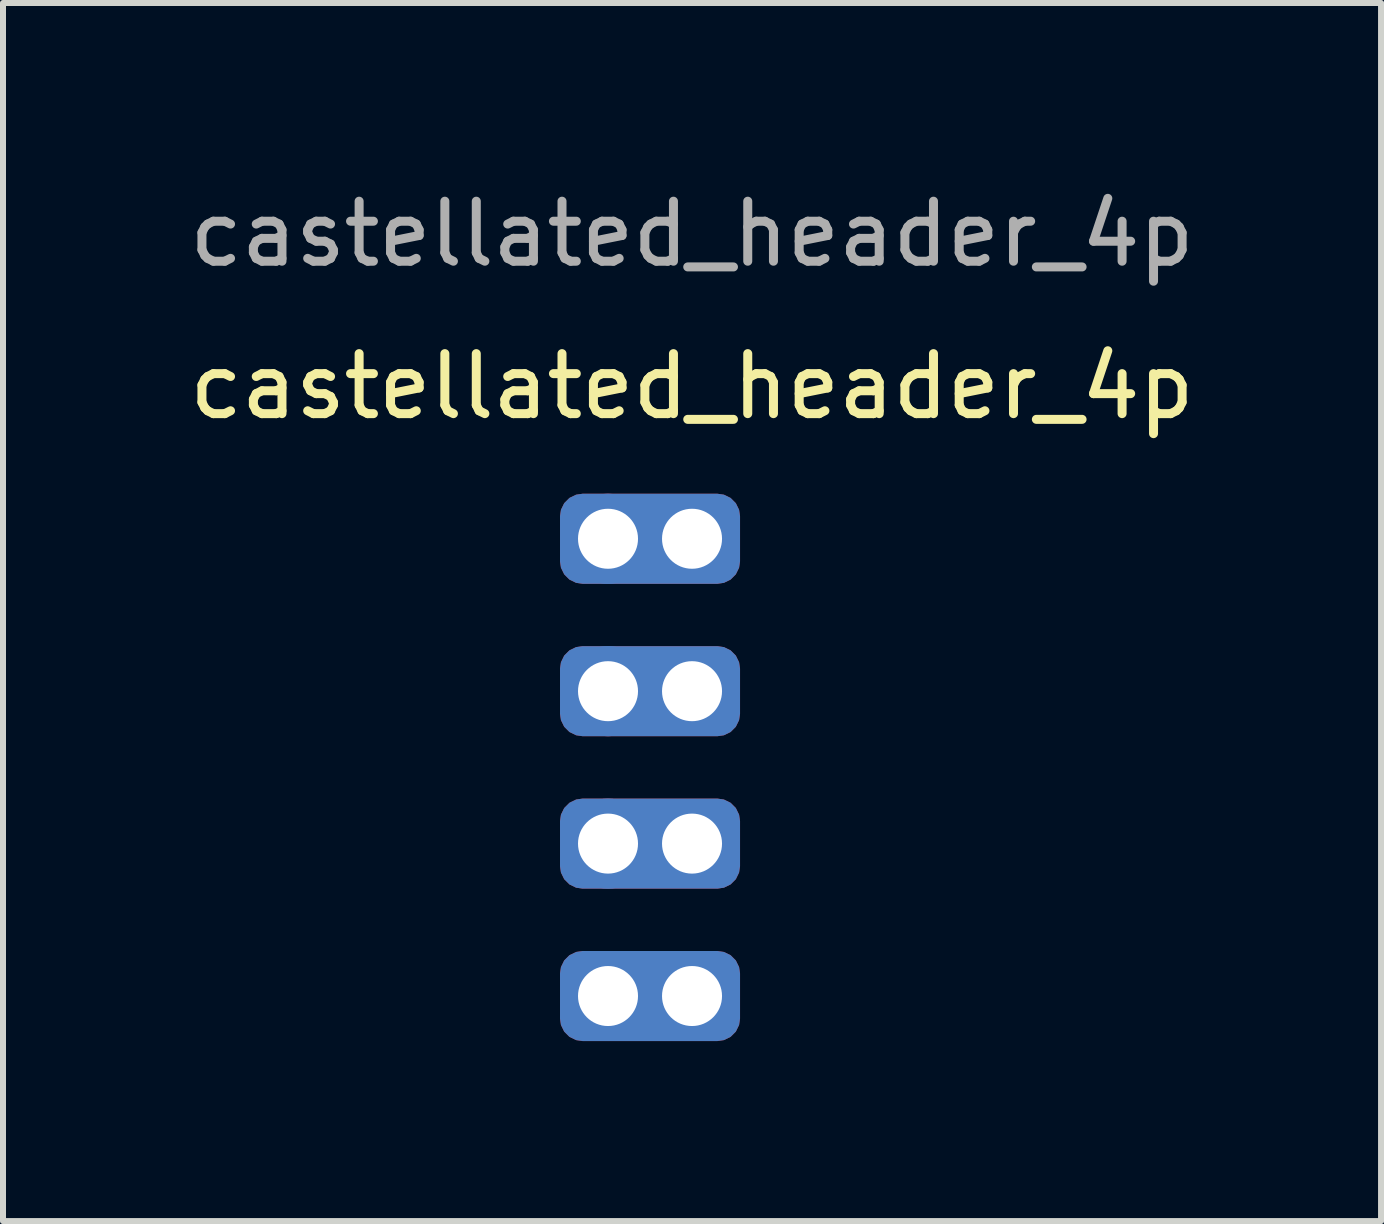
<source format=kicad_pcb>
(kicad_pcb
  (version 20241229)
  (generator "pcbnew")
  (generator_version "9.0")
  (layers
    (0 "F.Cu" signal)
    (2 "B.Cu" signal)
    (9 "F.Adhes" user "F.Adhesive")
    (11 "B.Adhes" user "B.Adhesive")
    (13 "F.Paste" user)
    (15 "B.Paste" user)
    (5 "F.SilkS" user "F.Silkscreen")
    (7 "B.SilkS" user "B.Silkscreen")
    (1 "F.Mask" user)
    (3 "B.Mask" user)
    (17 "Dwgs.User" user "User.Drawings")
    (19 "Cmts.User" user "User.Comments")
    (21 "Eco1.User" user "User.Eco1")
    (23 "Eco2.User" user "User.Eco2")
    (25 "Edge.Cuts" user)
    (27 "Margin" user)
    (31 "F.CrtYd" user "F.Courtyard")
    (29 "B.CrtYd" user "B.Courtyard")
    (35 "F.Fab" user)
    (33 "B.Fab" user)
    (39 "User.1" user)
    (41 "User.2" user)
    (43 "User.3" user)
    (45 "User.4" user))
  (footprint "castellated_header_4p"
    (layer "F.Cu")
    (at 8.482 5.928)
    (property "Reference" "castellated_header_4p" (at 0 -2.54 0) (unlocked yes) (layer "F.SilkS") (effects (font (size 1 1) (thickness 0.15))))
    (attr through_hole)
    (fp_text user "${REFERENCE}" (at 0 -5.08 0) (unlocked yes) (layer "F.Fab") (effects (font (size 1 1) (thickness 0.15))))
    (pad "1" thru_hole circle (at -1.4 0) (size 1.5 1.5) (drill 1) (layers "*.Cu" "*.Mask"))
    (pad "1" thru_hole roundrect (at 0 0) (size 3 1.5) (drill 1 (offset -0.7 0)) (layers "*.Cu" "*.Mask") (roundrect_rratio 0.25))
    (pad "2" thru_hole circle (at -1.4 2.54) (size 1.5 1.5) (drill 1) (layers "*.Cu" "*.Mask"))
    (pad "2" thru_hole roundrect (at 0 2.54) (size 3 1.5) (drill 1 (offset -0.7 0)) (layers "*.Cu" "*.Mask") (roundrect_rratio 0.25))
    (pad "3" thru_hole circle (at -1.4 5.08) (size 1.5 1.5) (drill 1) (layers "*.Cu" "*.Mask"))
    (pad "3" thru_hole roundrect (at 0 5.08) (size 3 1.5) (drill 1 (offset -0.7 0)) (layers "*.Cu" "*.Mask") (roundrect_rratio 0.25))
    (pad "4" thru_hole circle (at -1.4 7.62) (size 1.5 1.5) (drill 1) (layers "*.Cu" "*.Mask"))
    (pad "4" thru_hole roundrect (at 0 7.62) (size 3 1.5) (drill 1 (offset -0.7 0)) (layers "*.Cu" "*.Mask") (roundrect_rratio 0.25)))
  (gr_rect
    (start -3 -3)
    (end 19.964 17.298)
    (stroke (width 0.1) (type default))
    (fill no)
    (layer "Edge.Cuts")))
</source>
